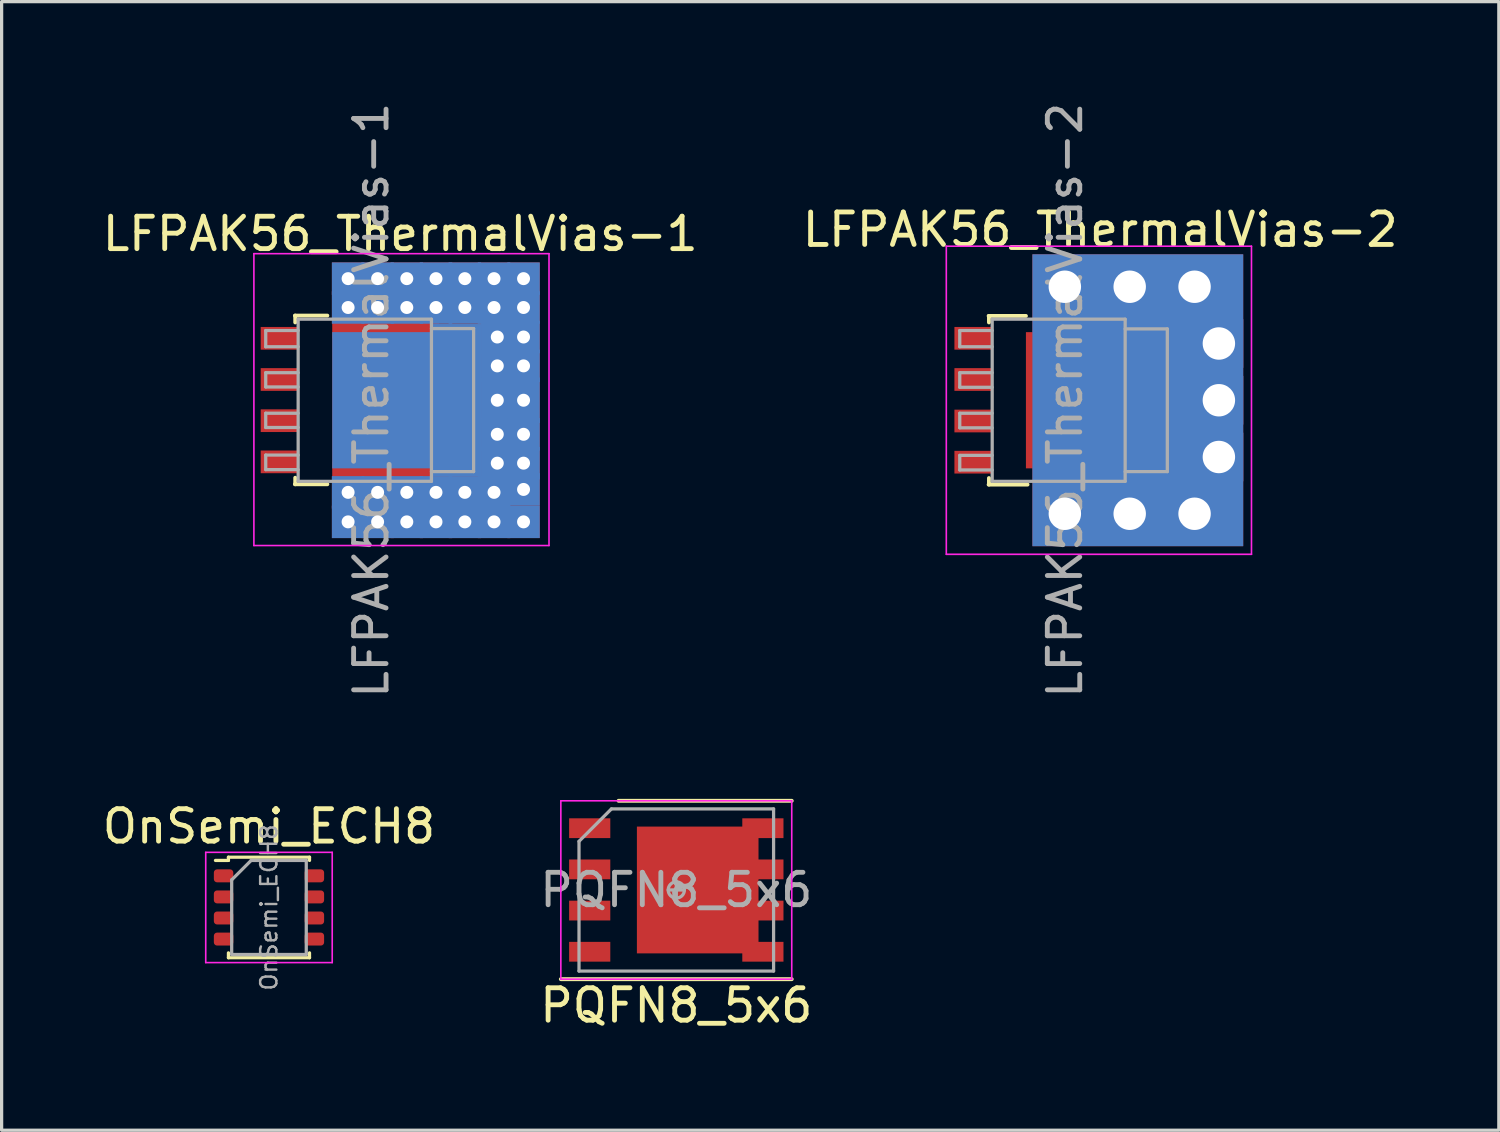
<source format=kicad_pcb>
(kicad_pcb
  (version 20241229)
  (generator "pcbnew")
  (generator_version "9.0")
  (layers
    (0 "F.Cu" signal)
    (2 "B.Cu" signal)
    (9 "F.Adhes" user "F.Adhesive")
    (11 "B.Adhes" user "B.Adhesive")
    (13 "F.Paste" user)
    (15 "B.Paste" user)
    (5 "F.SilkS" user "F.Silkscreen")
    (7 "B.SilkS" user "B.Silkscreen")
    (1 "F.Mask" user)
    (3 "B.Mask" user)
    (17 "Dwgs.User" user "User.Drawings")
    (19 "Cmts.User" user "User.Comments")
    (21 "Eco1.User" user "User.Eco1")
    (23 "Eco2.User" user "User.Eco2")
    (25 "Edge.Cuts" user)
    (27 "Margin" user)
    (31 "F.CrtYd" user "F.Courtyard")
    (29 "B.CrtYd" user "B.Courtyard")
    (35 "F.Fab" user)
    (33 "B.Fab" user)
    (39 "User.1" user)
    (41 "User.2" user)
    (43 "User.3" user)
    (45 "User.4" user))
  (footprint "LFPAK56_ThermalVias-2"
    (layer "F.Cu")
    (at 29.79 9.292)
    (property "Reference" "LFPAK56_ThermalVias-2" (at 1.085 -5.26 0) (layer "F.SilkS") (effects (font (size 1 1) (thickness 0.15))))
    (attr smd)
    (fp_line (start -2.355 -2.6) (end -1.205 -2.6) (stroke (width 0.12) (type solid)) (layer "F.SilkS"))
    (fp_line (start -2.355 2.6) (end -1.155 2.6) (stroke (width 0.12) (type solid)) (layer "F.SilkS"))
    (fp_line (start -2.345 -2.6) (end -2.345 -2.4) (stroke (width 0.12) (type solid)) (layer "F.SilkS"))
    (fp_line (start -2.345 2.4) (end -2.345 2.6) (stroke (width 0.12) (type solid)) (layer "F.SilkS"))
    (fp_line (start -3.66 4.75) (end -3.66 -4.75) (stroke (width 0.05) (type solid)) (layer "F.CrtYd"))
    (fp_line (start -3.66 4.75) (end 5.75 4.75) (stroke (width 0.05) (type solid)) (layer "F.CrtYd"))
    (fp_line (start 5.75 -4.75) (end -3.66 -4.75) (stroke (width 0.05) (type solid)) (layer "F.CrtYd"))
    (fp_line (start 5.75 -4.75) (end 5.75 4.75) (stroke (width 0.05) (type solid)) (layer "F.CrtYd"))
    (fp_line (start -3.245 -2.15) (end -3.245 -1.65) (stroke (width 0.1) (type solid)) (layer "F.Fab"))
    (fp_line (start -3.245 -2.15) (end -2.245 -2.15) (stroke (width 0.1) (type solid)) (layer "F.Fab"))
    (fp_line (start -3.245 -1.65) (end -2.245 -1.65) (stroke (width 0.1) (type solid)) (layer "F.Fab"))
    (fp_line (start -3.245 -0.85) (end -3.245 -0.4) (stroke (width 0.1) (type solid)) (layer "F.Fab"))
    (fp_line (start -3.245 -0.4) (end -2.245 -0.4) (stroke (width 0.1) (type solid)) (layer "F.Fab"))
    (fp_line (start -3.245 0.4) (end -3.245 0.85) (stroke (width 0.1) (type solid)) (layer "F.Fab"))
    (fp_line (start -3.245 0.85) (end -2.245 0.85) (stroke (width 0.1) (type solid)) (layer "F.Fab"))
    (fp_line (start -3.245 1.7) (end -3.245 2.15) (stroke (width 0.1) (type solid)) (layer "F.Fab"))
    (fp_line (start -3.245 2.15) (end -2.245 2.15) (stroke (width 0.1) (type solid)) (layer "F.Fab"))
    (fp_line (start -2.245 -2.5) (end -2.245 2.5) (stroke (width 0.1) (type solid)) (layer "F.Fab"))
    (fp_line (start -2.245 -0.85) (end -3.245 -0.85) (stroke (width 0.1) (type solid)) (layer "F.Fab"))
    (fp_line (start -2.245 0.4) (end -3.245 0.4) (stroke (width 0.1) (type solid)) (layer "F.Fab"))
    (fp_line (start -2.245 1.7) (end -3.245 1.7) (stroke (width 0.1) (type solid)) (layer "F.Fab"))
    (fp_line (start -2.245 2.5) (end 1.855 2.5) (stroke (width 0.1) (type solid)) (layer "F.Fab"))
    (fp_line (start 1.855 -2.5) (end -2.245 -2.5) (stroke (width 0.1) (type solid)) (layer "F.Fab"))
    (fp_line (start 1.855 2.5) (end 1.855 -2.5) (stroke (width 0.1) (type solid)) (layer "F.Fab"))
    (fp_line (start 3.155 -2.2) (end 1.855 -2.2) (stroke (width 0.1) (type solid)) (layer "F.Fab"))
    (fp_line (start 3.155 -2.2) (end 3.155 2.2) (stroke (width 0.1) (type solid)) (layer "F.Fab"))
    (fp_line (start 3.155 2.2) (end 1.855 2.2) (stroke (width 0.1) (type solid)) (layer "F.Fab"))
    (fp_text user "${REFERENCE}" (at 0 0 90) (layer "F.Fab") (effects (font (size 1 1) (thickness 0.15))))
    (pad "" smd rect (at -0.655 -1.15) (size 0.6 0.9) (layers "F.Paste"))
    (pad "" smd rect (at -0.655 0) (size 0.6 0.9) (layers "F.Paste"))
    (pad "" smd rect (at -0.655 1.15) (size 0.6 0.9) (layers "F.Paste"))
    (pad "" smd rect (at 0.195 -1.15) (size 0.6 0.9) (layers "F.Paste"))
    (pad "" smd rect (at 0.195 0) (size 0.6 0.9) (layers "F.Paste"))
    (pad "" smd rect (at 0.195 1.15) (size 0.6 0.9) (layers "F.Paste"))
    (pad "" smd rect (at 1.045 -1.15) (size 0.6 0.9) (layers "F.Paste"))
    (pad "" smd rect (at 1.045 0) (size 0.6 0.9) (layers "F.Paste"))
    (pad "" smd rect (at 1.045 1.15) (size 0.6 0.9) (layers "F.Paste"))
    (pad "" smd rect (at 2.895 -1.88 270) (size 0.6 0.9) (layers "F.Paste"))
    (pad "" smd rect (at 2.895 -0.6 270) (size 0.6 0.9) (layers "F.Paste"))
    (pad "" smd rect (at 2.895 0.6 270) (size 0.6 0.9) (layers "F.Paste"))
    (pad "" smd rect (at 2.895 1.88 270) (size 0.6 0.9) (layers "F.Paste"))
    (pad "1" smd rect (at -2.835 -1.91 270) (size 0.7 1.15) (layers "F.Cu" "F.Mask" "F.Paste"))
    (pad "2" smd rect (at -2.835 -0.64 270) (size 0.7 1.15) (layers "F.Cu" "F.Mask" "F.Paste"))
    (pad "3" smd rect (at -2.835 0.64 270) (size 0.7 1.15) (layers "F.Cu" "F.Mask" "F.Paste"))
    (pad "4" smd rect (at -2.835 1.91 270) (size 0.7 1.15) (layers "F.Cu" "F.Mask" "F.Paste"))
    (pad "5" thru_hole rect (at -0.005 -3.5 270) (size 1.5 1.5) (drill 1) (layers "*.Cu"))
    (pad "5" thru_hole rect (at -0.005 3.5 270) (size 1.5 1.5) (drill 1) (layers "*.Cu"))
    (pad "5" smd rect (at 0.445 0 270) (size 4.2 3.3) (layers "F.Cu" "F.Mask"))
    (pad "5" thru_hole rect (at 1.995 -3.5 270) (size 1.5 1.5) (drill 1) (layers "*.Cu"))
    (pad "5" thru_hole rect (at 1.995 3.5 270) (size 1.5 1.5) (drill 1) (layers "*.Cu"))
    (pad "5" smd rect (at 2.245 0 270) (size 9 6.5) (layers "F.Cu"))
    (pad "5" smd rect (at 2.245 0 270) (size 9 6.5) (layers "B.Cu"))
    (pad "5" smd rect (at 2.645 0 270) (size 4.7 1.55) (layers "F.Cu" "F.Mask"))
    (pad "5" thru_hole rect (at 3.995 -3.5 270) (size 1.5 1.5) (drill 1) (layers "*.Cu"))
    (pad "5" thru_hole rect (at 3.995 3.5 270) (size 1.5 1.5) (drill 1) (layers "*.Cu"))
    (pad "5" thru_hole rect (at 4.745 -1.75 270) (size 1.5 1.5) (drill 1) (layers "*.Cu"))
    (pad "5" thru_hole rect (at 4.745 0 270) (size 1.5 1.5) (drill 1) (layers "*.Cu"))
    (pad "5" thru_hole rect (at 4.745 1.75 270) (size 1.5 1.5) (drill 1) (layers "*.Cu")))
  (footprint "LFPAK56_ThermalVias-1"
    (layer "F.Cu")
    (at 8.399 9.292)
    (property "Reference" "LFPAK56_ThermalVias-1" (at 0.892 -5.13 0) (layer "F.SilkS") (effects (font (size 1 1) (thickness 0.15))))
    (attr smd)
    (fp_line (start -2.355 -2.61) (end -1.355 -2.61) (stroke (width 0.12) (type solid)) (layer "F.SilkS"))
    (fp_line (start -2.355 2.59) (end -1.355 2.59) (stroke (width 0.12) (type solid)) (layer "F.SilkS"))
    (fp_line (start -2.345 -2.61) (end -2.345 -2.4) (stroke (width 0.12) (type solid)) (layer "F.SilkS"))
    (fp_line (start -2.345 2.39) (end -2.345 2.59) (stroke (width 0.12) (type solid)) (layer "F.SilkS"))
    (fp_line (start -3.62 4.48) (end -3.62 -4.52) (stroke (width 0.05) (type solid)) (layer "F.CrtYd"))
    (fp_line (start -3.62 4.48) (end 5.48 4.48) (stroke (width 0.05) (type solid)) (layer "F.CrtYd"))
    (fp_line (start 5.48 -4.52) (end -3.62 -4.52) (stroke (width 0.05) (type solid)) (layer "F.CrtYd"))
    (fp_line (start 5.48 -4.52) (end 5.48 4.48) (stroke (width 0.05) (type solid)) (layer "F.CrtYd"))
    (fp_line (start -3.255 -2.15) (end -3.255 -1.65) (stroke (width 0.1) (type solid)) (layer "F.Fab"))
    (fp_line (start -3.255 -2.15) (end -2.255 -2.15) (stroke (width 0.1) (type solid)) (layer "F.Fab"))
    (fp_line (start -3.255 -1.65) (end -2.255 -1.65) (stroke (width 0.1) (type solid)) (layer "F.Fab"))
    (fp_line (start -3.255 -0.85) (end -3.255 -0.41) (stroke (width 0.1) (type solid)) (layer "F.Fab"))
    (fp_line (start -3.255 -0.41) (end -2.255 -0.41) (stroke (width 0.1) (type solid)) (layer "F.Fab"))
    (fp_line (start -3.255 0.4) (end -3.255 0.84) (stroke (width 0.1) (type solid)) (layer "F.Fab"))
    (fp_line (start -3.255 0.84) (end -2.255 0.84) (stroke (width 0.1) (type solid)) (layer "F.Fab"))
    (fp_line (start -3.255 1.69) (end -3.255 2.14) (stroke (width 0.1) (type solid)) (layer "F.Fab"))
    (fp_line (start -3.255 2.14) (end -2.255 2.14) (stroke (width 0.1) (type solid)) (layer "F.Fab"))
    (fp_line (start -2.255 -2.5) (end -2.255 2.5) (stroke (width 0.1) (type solid)) (layer "F.Fab"))
    (fp_line (start -2.255 -0.85) (end -3.255 -0.85) (stroke (width 0.1) (type solid)) (layer "F.Fab"))
    (fp_line (start -2.255 0.4) (end -3.255 0.4) (stroke (width 0.1) (type solid)) (layer "F.Fab"))
    (fp_line (start -2.255 1.69) (end -3.255 1.69) (stroke (width 0.1) (type solid)) (layer "F.Fab"))
    (fp_line (start -2.255 2.5) (end 1.855 2.5) (stroke (width 0.1) (type solid)) (layer "F.Fab"))
    (fp_line (start 1.855 -2.5) (end -2.255 -2.5) (stroke (width 0.1) (type solid)) (layer "F.Fab"))
    (fp_line (start 1.855 2.5) (end 1.855 -2.5) (stroke (width 0.1) (type solid)) (layer "F.Fab"))
    (fp_line (start 3.155 -2.21) (end 1.855 -2.21) (stroke (width 0.1) (type solid)) (layer "F.Fab"))
    (fp_line (start 3.155 -2.21) (end 3.155 2.2) (stroke (width 0.1) (type solid)) (layer "F.Fab"))
    (fp_line (start 3.155 2.2) (end 1.855 2.2) (stroke (width 0.1) (type solid)) (layer "F.Fab"))
    (fp_text user "${REFERENCE}" (at 0 0 90) (layer "F.Fab") (effects (font (size 1 1) (thickness 0.15))))
    (pad "" smd rect (at -0.655 -1.15) (size 0.6 0.9) (layers "F.Paste"))
    (pad "" smd rect (at -0.655 0) (size 0.6 0.9) (layers "F.Paste"))
    (pad "" smd rect (at -0.655 1.14) (size 0.6 0.9) (layers "F.Paste"))
    (pad "" smd rect (at 0.195 -1.15) (size 0.6 0.9) (layers "F.Paste"))
    (pad "" smd rect (at 0.195 0) (size 0.6 0.9) (layers "F.Paste"))
    (pad "" smd rect (at 0.195 1.14) (size 0.6 0.9) (layers "F.Paste"))
    (pad "" smd rect (at 1.045 -1.15) (size 0.6 0.9) (layers "F.Paste"))
    (pad "" smd rect (at 1.045 0) (size 0.6 0.9) (layers "F.Paste"))
    (pad "" smd rect (at 1.045 1.14) (size 0.6 0.9) (layers "F.Paste"))
    (pad "" smd rect (at 2.885 -1.88 270) (size 0.6 0.9) (layers "F.Paste"))
    (pad "" smd rect (at 2.885 -0.6 270) (size 0.6 0.9) (layers "F.Paste"))
    (pad "" smd rect (at 2.885 0.59 270) (size 0.6 0.9) (layers "F.Paste"))
    (pad "" smd rect (at 2.885 1.87 270) (size 0.6 0.9) (layers "F.Paste"))
    (pad "1" smd rect (at -2.835 -1.91 270) (size 0.7 1.15) (layers "F.Cu" "F.Mask" "F.Paste"))
    (pad "2" smd rect (at -2.835 -0.64 270) (size 0.7 1.15) (layers "F.Cu" "F.Mask" "F.Paste"))
    (pad "3" smd rect (at -2.835 0.63 270) (size 0.7 1.15) (layers "F.Cu" "F.Mask" "F.Paste"))
    (pad "4" smd rect (at -2.835 1.9 270) (size 0.7 1.15) (layers "F.Cu" "F.Mask" "F.Paste"))
    (pad "5" thru_hole rect (at -0.715 -3.75 270) (size 1 1) (drill 0.4) (layers "*.Cu"))
    (pad "5" thru_hole rect (at -0.715 -2.86 270) (size 1 1) (drill 0.4) (layers "*.Cu"))
    (pad "5" thru_hole rect (at -0.715 2.84 270) (size 1 1) (drill 0.4) (layers "*.Cu"))
    (pad "5" thru_hole rect (at -0.715 3.75 270) (size 1 1) (drill 0.4) (layers "*.Cu"))
    (pad "5" thru_hole rect (at 0.195 -3.75 270) (size 1 1) (drill 0.4) (layers "*.Cu"))
    (pad "5" thru_hole rect (at 0.195 -2.86 270) (size 1 1) (drill 0.4) (layers "*.Cu"))
    (pad "5" thru_hole rect (at 0.195 2.84 270) (size 1 1) (drill 0.4) (layers "*.Cu"))
    (pad "5" thru_hole rect (at 0.195 3.75 270) (size 1 1) (drill 0.4) (layers "*.Cu"))
    (pad "5" smd rect (at 0.445 -2.21 270) (size 0.6 3.3) (layers "F.Cu"))
    (pad "5" smd rect (at 0.445 0 270) (size 4.2 3.3) (layers "F.Cu" "F.Mask"))
    (pad "5" smd rect (at 0.445 0 270) (size 4.2 3.3) (layers "B.Cu"))
    (pad "5" smd rect (at 0.445 2.2 270) (size 0.6 3.3) (layers "F.Cu"))
    (pad "5" thru_hole rect (at 1.095 -3.75 270) (size 1 1) (drill 0.4) (layers "*.Cu"))
    (pad "5" thru_hole rect (at 1.095 -2.86 270) (size 1 1) (drill 0.4) (layers "*.Cu"))
    (pad "5" thru_hole rect (at 1.095 2.84 270) (size 1 1) (drill 0.4) (layers "*.Cu"))
    (pad "5" thru_hole rect (at 1.095 3.75 270) (size 1 1) (drill 0.4) (layers "*.Cu"))
    (pad "5" smd rect (at 1.745 -2.25 270) (size 0.5 0.5) (layers "F.Cu"))
    (pad "5" smd rect (at 1.745 2.25 270) (size 0.5 0.5) (layers "F.Cu"))
    (pad "5" thru_hole rect (at 1.995 -3.75 270) (size 1 1) (drill 0.4) (layers "*.Cu"))
    (pad "5" thru_hole rect (at 1.995 -2.86 270) (size 1 1) (drill 0.4) (layers "*.Cu"))
    (pad "5" thru_hole rect (at 1.995 2.84 270) (size 1 1) (drill 0.4) (layers "*.Cu"))
    (pad "5" thru_hole rect (at 1.995 3.75 270) (size 1 1) (drill 0.4) (layers "*.Cu"))
    (pad "5" smd rect (at 2.635 0 270) (size 4.7 1.55) (layers "F.Cu" "F.Mask"))
    (pad "5" smd rect (at 2.635 0 270) (size 4.7 1.55) (layers "B.Cu"))
    (pad "5" thru_hole rect (at 2.885 -3.75 270) (size 1 1) (drill 0.4) (layers "*.Cu"))
    (pad "5" thru_hole rect (at 2.885 -2.86 270) (size 1 1) (drill 0.4) (layers "*.Cu"))
    (pad "5" thru_hole rect (at 2.885 2.84 270) (size 1 1) (drill 0.4) (layers "*.Cu"))
    (pad "5" thru_hole rect (at 2.885 3.75 270) (size 1 1) (drill 0.4) (layers "*.Cu"))
    (pad "5" thru_hole rect (at 3.785 -3.75 270) (size 1 1) (drill 0.4) (layers "*.Cu"))
    (pad "5" thru_hole rect (at 3.785 -2.86 270) (size 1 1) (drill 0.4) (layers "*.Cu"))
    (pad "5" thru_hole rect (at 3.785 2.84 270) (size 1 1) (drill 0.4) (layers "*.Cu"))
    (pad "5" thru_hole rect (at 3.785 3.75 270) (size 1 1) (drill 0.4) (layers "*.Cu"))
    (pad "5" thru_hole rect (at 3.885 -1.95 270) (size 1 1) (drill 0.4) (layers "*.Cu"))
    (pad "5" thru_hole rect (at 3.885 -1.06 270) (size 1 1) (drill 0.4) (layers "*.Cu"))
    (pad "5" thru_hole rect (at 3.885 0 270) (size 1.4 1) (drill 0.4) (layers "*.Cu"))
    (pad "5" thru_hole rect (at 3.885 1.05 270) (size 1 1) (drill 0.4) (layers "*.Cu"))
    (pad "5" thru_hole rect (at 3.885 1.94 270) (size 1 1) (drill 0.4) (layers "*.Cu"))
    (pad "5" thru_hole rect (at 4.695 -3.75 270) (size 1 1) (drill 0.4) (layers "*.Cu"))
    (pad "5" thru_hole rect (at 4.695 -2.86 270) (size 1 1) (drill 0.4) (layers "*.Cu"))
    (pad "5" thru_hole rect (at 4.695 -1.95 270) (size 1 1) (drill 0.4) (layers "*.Cu"))
    (pad "5" thru_hole rect (at 4.695 -1.06 270) (size 1 1) (drill 0.4) (layers "*.Cu"))
    (pad "5" thru_hole rect (at 4.695 0 270) (size 1.4 1) (drill 0.4) (layers "*.Cu"))
    (pad "5" thru_hole rect (at 4.695 1.05 270) (size 1 1) (drill 0.4) (layers "*.Cu"))
    (pad "5" thru_hole rect (at 4.695 1.94 270) (size 1 1) (drill 0.4) (layers "*.Cu"))
    (pad "5" thru_hole rect (at 4.695 2.75 270) (size 1 1) (drill 0.4) (layers "*.Cu"))
    (pad "5" thru_hole rect (at 4.695 3.75 270) (size 1 1) (drill 0.4) (layers "*.Cu")))
  (footprint "PQFN8_5x6"
    (layer "F.Cu")
    (at 17.804 24.393)
    (property "Reference" "PQFN8_5x6" (at 0 3.56 0) (layer "F.SilkS") (effects (font (size 1 1) (thickness 0.15))))
    (attr smd)
    (fp_line (start -1.78 -2.75) (end 3.56 -2.75) (stroke (width 0.12) (type solid)) (layer "F.SilkS"))
    (fp_line (start 3.56 2.75) (end -3.56 2.75) (stroke (width 0.12) (type solid)) (layer "F.SilkS"))
    (fp_line (start -3.56 -2.75) (end -3.56 2.75) (stroke (width 0.05) (type solid)) (layer "F.CrtYd"))
    (fp_line (start -3.56 -2.75) (end 3.56 -2.75) (stroke (width 0.05) (type solid)) (layer "F.CrtYd"))
    (fp_line (start 3.56 -2.75) (end 3.56 2.75) (stroke (width 0.05) (type solid)) (layer "F.CrtYd"))
    (fp_line (start 3.56 2.75) (end -3.56 2.75) (stroke (width 0.05) (type solid)) (layer "F.CrtYd"))
    (fp_line (start -3 2.5) (end -3 -1.5) (stroke (width 0.1) (type solid)) (layer "F.Fab"))
    (fp_line (start -2 -2.5) (end -3 -1.5) (stroke (width 0.1) (type solid)) (layer "F.Fab"))
    (fp_line (start -2 -2.5) (end 3 -2.5) (stroke (width 0.1) (type solid)) (layer "F.Fab"))
    (fp_line (start 0 0.25) (end 0 -0.25) (stroke (width 0.1) (type solid)) (layer "F.Fab"))
    (fp_line (start 0.25 0) (end -0.25 0) (stroke (width 0.1) (type solid)) (layer "F.Fab"))
    (fp_line (start 3 2.5) (end -3 2.5) (stroke (width 0.1) (type solid)) (layer "F.Fab"))
    (fp_line (start 3 2.5) (end 3 -2.5) (stroke (width 0.1) (type solid)) (layer "F.Fab"))
    (fp_circle (center 0 0) (end 0 0.25) (stroke (width 0.1) (type solid)) (fill no) (layer "F.Fab"))
    (fp_text user "${REFERENCE}" (at 0 0 0) (layer "F.Fab") (effects (font (size 1 1) (thickness 0.15))))
    (pad "" smd rect (at -0.3 -1.25 270) (size 1.1 1.1) (layers "F.Paste"))
    (pad "" smd rect (at -0.3 0 270) (size 1.1 1.1) (layers "F.Paste"))
    (pad "" smd rect (at -0.3 1.25 270) (size 1.1 1.1) (layers "F.Paste"))
    (pad "" smd rect (at 1 -1.25 270) (size 1.1 1.1) (layers "F.Paste"))
    (pad "" smd rect (at 1 0 270) (size 1.1 1.1) (layers "F.Paste"))
    (pad "" smd rect (at 1 1.25 270) (size 1.1 1.1) (layers "F.Paste"))
    (pad "1" smd rect (at -2.67 -1.905) (size 1.27 0.61) (layers "F.Cu" "F.Mask" "F.Paste"))
    (pad "1" smd rect (at -2.67 -0.635) (size 1.27 0.61) (layers "F.Cu" "F.Mask" "F.Paste"))
    (pad "1" smd rect (at -2.67 0.635) (size 1.27 0.61) (layers "F.Cu" "F.Mask" "F.Paste"))
    (pad "2" smd rect (at -2.67 1.905) (size 1.27 0.61) (layers "F.Cu" "F.Mask" "F.Paste"))
    (pad "3" smd rect (at 0.66 0 90) (size 3.91 3.75) (layers "F.Cu" "F.Mask"))
    (pad "3" smd rect (at 2.67 -1.905) (size 1.27 0.61) (layers "F.Cu" "F.Mask" "F.Paste"))
    (pad "3" smd rect (at 2.67 -0.635) (size 1.27 0.61) (layers "F.Cu" "F.Mask" "F.Paste"))
    (pad "3" smd rect (at 2.67 0.635) (size 1.27 0.61) (layers "F.Cu" "F.Mask" "F.Paste"))
    (pad "3" smd rect (at 2.67 1.905) (size 1.27 0.61) (layers "F.Cu" "F.Mask" "F.Paste")))
  (footprint "OnSemi_ECH8"
    (layer "F.Cu")
    (at 5.244 24.932)
    (property "Reference" "OnSemi_ECH8" (at 0 -2.5 0) (layer "F.SilkS") (effects (font (size 1 1) (thickness 0.15))))
    (attr smd)
    (fp_line (start -1.65 -1.45) (end -1.25 -1.45) (stroke (width 0.1) (type solid)) (layer "F.SilkS"))
    (fp_line (start -1.25 -1.55) (end 1.25 -1.55) (stroke (width 0.1) (type solid)) (layer "F.SilkS"))
    (fp_line (start -1.25 -1.45) (end -1.25 -1.55) (stroke (width 0.1) (type solid)) (layer "F.SilkS"))
    (fp_line (start -1.25 1.4) (end -1.25 1.55) (stroke (width 0.1) (type solid)) (layer "F.SilkS"))
    (fp_line (start -1.25 1.55) (end 1.25 1.55) (stroke (width 0.1) (type solid)) (layer "F.SilkS"))
    (fp_line (start 1.25 -1.55) (end 1.25 -1.45) (stroke (width 0.1) (type solid)) (layer "F.SilkS"))
    (fp_line (start 1.25 1.55) (end 1.25 1.4) (stroke (width 0.1) (type solid)) (layer "F.SilkS"))
    (fp_line (start -1.95 -1.7) (end -1.95 1.7) (stroke (width 0.05) (type solid)) (layer "F.CrtYd"))
    (fp_line (start -1.95 1.7) (end 1.95 1.7) (stroke (width 0.05) (type solid)) (layer "F.CrtYd"))
    (fp_line (start 1.95 -1.7) (end -1.95 -1.7) (stroke (width 0.05) (type solid)) (layer "F.CrtYd"))
    (fp_line (start 1.95 1.7) (end 1.95 -1.7) (stroke (width 0.05) (type solid)) (layer "F.CrtYd"))
    (fp_line (start -1.15 -0.85) (end -0.55 -1.45) (stroke (width 0.1) (type solid)) (layer "F.Fab"))
    (fp_line (start -1.15 1.45) (end -1.15 -0.85) (stroke (width 0.1) (type solid)) (layer "F.Fab"))
    (fp_line (start -0.55 -1.45) (end 1.15 -1.45) (stroke (width 0.1) (type solid)) (layer "F.Fab"))
    (fp_line (start 1.15 -1.45) (end 1.15 1.45) (stroke (width 0.1) (type solid)) (layer "F.Fab"))
    (fp_line (start 1.15 1.45) (end -1.15 1.45) (stroke (width 0.1) (type solid)) (layer "F.Fab"))
    (fp_text user "${REFERENCE}" (at 0 0 270) (layer "F.Fab") (effects (font (size 0.5 0.5) (thickness 0.075))))
    (pad "1" smd roundrect (at -1.4 -0.975 270) (size 0.4 0.6) (layers "F.Cu" "F.Mask" "F.Paste") (roundrect_rratio 0.25))
    (pad "2" smd roundrect (at -1.4 -0.325 270) (size 0.4 0.6) (layers "F.Cu" "F.Mask" "F.Paste") (roundrect_rratio 0.25))
    (pad "3" smd roundrect (at -1.4 0.325 270) (size 0.4 0.6) (layers "F.Cu" "F.Mask" "F.Paste") (roundrect_rratio 0.25))
    (pad "4" smd roundrect (at -1.4 0.975 270) (size 0.4 0.6) (layers "F.Cu" "F.Mask" "F.Paste") (roundrect_rratio 0.25))
    (pad "5" smd roundrect (at 1.4 0.975 270) (size 0.4 0.6) (layers "F.Cu" "F.Mask" "F.Paste") (roundrect_rratio 0.25))
    (pad "6" smd roundrect (at 1.4 0.325 270) (size 0.4 0.6) (layers "F.Cu" "F.Mask" "F.Paste") (roundrect_rratio 0.25))
    (pad "7" smd roundrect (at 1.4 -0.325 270) (size 0.4 0.6) (layers "F.Cu" "F.Mask" "F.Paste") (roundrect_rratio 0.25))
    (pad "8" smd roundrect (at 1.4 -0.975 270) (size 0.4 0.6) (layers "F.Cu" "F.Mask" "F.Paste") (roundrect_rratio 0.25)))
  (gr_rect
    (start -3 -3)
    (end 43.167 31.802)
    (stroke (width 0.1) (type default))
    (fill no)
    (layer "Edge.Cuts")))
</source>
